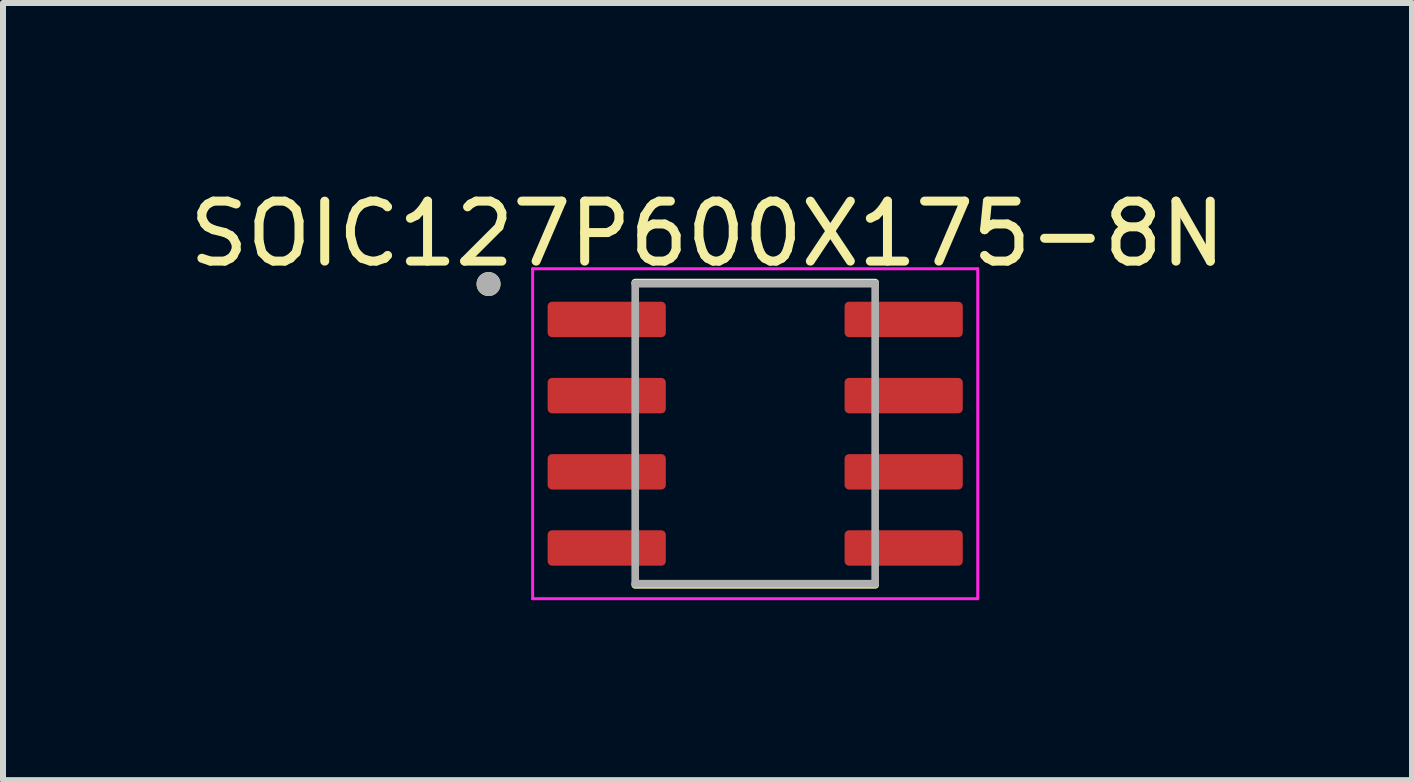
<source format=kicad_pcb>
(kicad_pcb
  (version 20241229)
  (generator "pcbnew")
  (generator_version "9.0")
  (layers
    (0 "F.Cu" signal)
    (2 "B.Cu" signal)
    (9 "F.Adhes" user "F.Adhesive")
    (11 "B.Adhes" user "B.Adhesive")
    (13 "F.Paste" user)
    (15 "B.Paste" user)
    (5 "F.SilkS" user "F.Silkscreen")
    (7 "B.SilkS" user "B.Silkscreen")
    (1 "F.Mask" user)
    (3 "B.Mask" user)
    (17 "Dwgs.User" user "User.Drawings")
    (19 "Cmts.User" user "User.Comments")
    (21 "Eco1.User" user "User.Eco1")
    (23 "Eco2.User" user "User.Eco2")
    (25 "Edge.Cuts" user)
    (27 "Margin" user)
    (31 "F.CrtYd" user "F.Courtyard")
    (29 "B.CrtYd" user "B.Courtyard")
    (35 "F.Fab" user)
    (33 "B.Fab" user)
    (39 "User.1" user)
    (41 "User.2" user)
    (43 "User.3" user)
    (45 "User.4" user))
  (footprint "SOIC127P600X175-8N"
    (layer "F.Cu")
    (at 9.539 4.18)
    (property "Reference" "SOIC127P600X175-8N" (at -0.795 -3.332 0) (layer "F.SilkS") (effects (font (size 1 1) (thickness 0.15))))
    (attr smd)
    (fp_line (start -2 -2.52) (end 2 -2.52) (stroke (width 0.127) (type solid)) (layer "F.SilkS"))
    (fp_line (start -2 2.52) (end 2 2.52) (stroke (width 0.127) (type solid)) (layer "F.SilkS"))
    (fp_circle (center -4.445 -2.495) (end -4.345 -2.495) (stroke (width 0.2) (type solid)) (fill no) (layer "F.SilkS"))
    (fp_line (start -3.71 -2.75) (end -3.71 2.75) (stroke (width 0.05) (type solid)) (layer "F.CrtYd"))
    (fp_line (start -3.71 -2.75) (end 3.71 -2.75) (stroke (width 0.05) (type solid)) (layer "F.CrtYd"))
    (fp_line (start -3.71 2.75) (end 3.71 2.75) (stroke (width 0.05) (type solid)) (layer "F.CrtYd"))
    (fp_line (start 3.71 -2.75) (end 3.71 2.75) (stroke (width 0.05) (type solid)) (layer "F.CrtYd"))
    (fp_line (start -2 -2.5) (end -2 2.5) (stroke (width 0.127) (type solid)) (layer "F.Fab"))
    (fp_line (start -2 -2.5) (end 2 -2.5) (stroke (width 0.127) (type solid)) (layer "F.Fab"))
    (fp_line (start -2 2.5) (end 2 2.5) (stroke (width 0.127) (type solid)) (layer "F.Fab"))
    (fp_line (start 2 -2.5) (end 2 2.5) (stroke (width 0.127) (type solid)) (layer "F.Fab"))
    (fp_circle (center -4.445 -2.495) (end -4.345 -2.495) (stroke (width 0.2) (type solid)) (fill no) (layer "F.Fab"))
    (pad "1" smd roundrect (at -2.475 -1.905) (size 1.97 0.59) (layers "F.Cu" "F.Mask" "F.Paste") (roundrect_rratio 0.125))
    (pad "2" smd roundrect (at -2.475 -0.635) (size 1.97 0.59) (layers "F.Cu" "F.Mask" "F.Paste") (roundrect_rratio 0.125))
    (pad "3" smd roundrect (at -2.475 0.635) (size 1.97 0.59) (layers "F.Cu" "F.Mask" "F.Paste") (roundrect_rratio 0.125))
    (pad "4" smd roundrect (at -2.475 1.905) (size 1.97 0.59) (layers "F.Cu" "F.Mask" "F.Paste") (roundrect_rratio 0.125))
    (pad "5" smd roundrect (at 2.475 1.905) (size 1.97 0.59) (layers "F.Cu" "F.Mask" "F.Paste") (roundrect_rratio 0.125))
    (pad "6" smd roundrect (at 2.475 0.635) (size 1.97 0.59) (layers "F.Cu" "F.Mask" "F.Paste") (roundrect_rratio 0.125))
    (pad "7" smd roundrect (at 2.475 -0.635) (size 1.97 0.59) (layers "F.Cu" "F.Mask" "F.Paste") (roundrect_rratio 0.125))
    (pad "8" smd roundrect (at 2.475 -1.905) (size 1.97 0.59) (layers "F.Cu" "F.Mask" "F.Paste") (roundrect_rratio 0.125)))
  (gr_rect
    (start -3 -3)
    (end 20.488 9.955)
    (stroke (width 0.1) (type default))
    (fill no)
    (layer "Edge.Cuts")))
</source>
